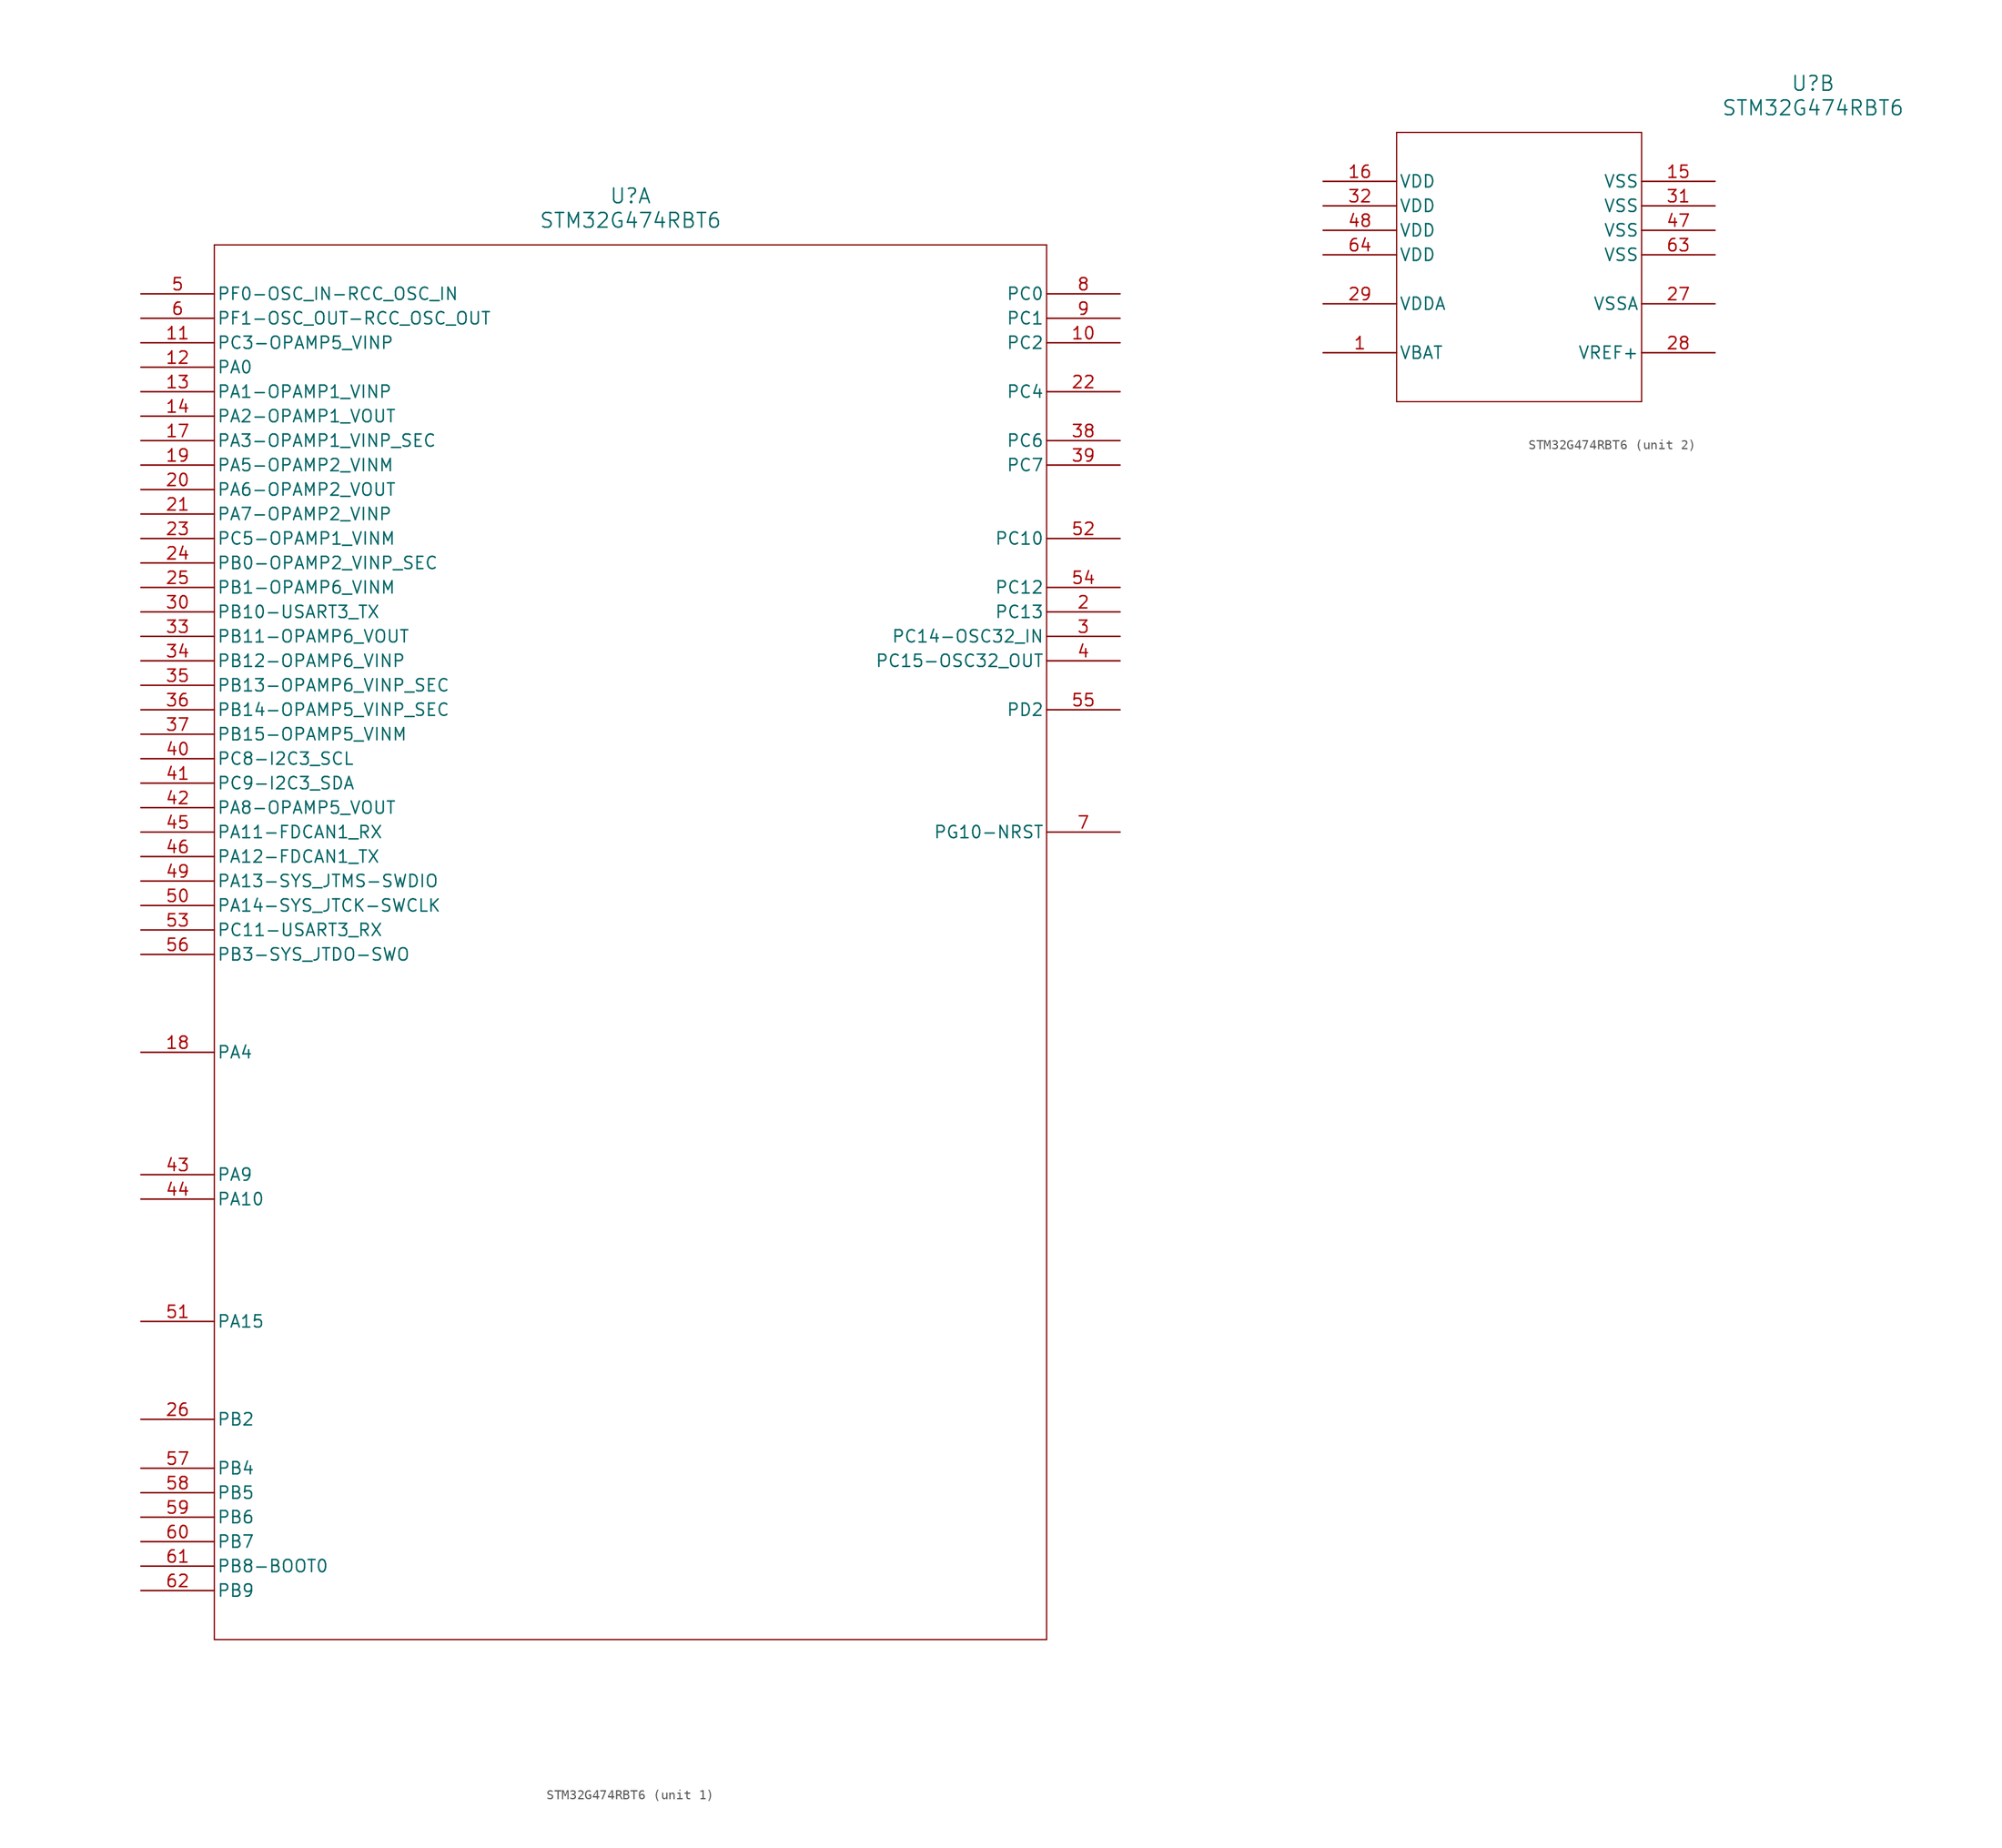
<source format=kicad_sym>
(kicad_symbol_lib
  (version 20211014)
  (generator kicad_symbol_editor)
  (symbol "STM32G474RBT6"
    (pin_names
      (offset 0.254))
    (property "Reference" "U"
      (at 50.8 10.16 0)
      (effects (font (size 1.524 1.524))))
    (property "Value" "STM32G474RBT6"
      (at 50.8 7.62 0)
      (effects (font (size 1.524 1.524))))
    (symbol "STM32G474RBT6_1_1"
      (polyline (pts (xy 7.62 5.08) (xy 7.62 -139.7)) (stroke (width 0.127) (type default) (color 0 0 0 0)) (fill (type none)))
      (polyline (pts (xy 7.62 -139.7) (xy 93.98 -139.7)) (stroke (width 0.127) (type default) (color 0 0 0 0)) (fill (type none)))
      (polyline (pts (xy 93.98 -139.7) (xy 93.98 5.08)) (stroke (width 0.127) (type default) (color 0 0 0 0)) (fill (type none)))
      (polyline (pts (xy 93.98 5.08) (xy 7.62 5.08)) (stroke (width 0.127) (type default) (color 0 0 0 0)) (fill (type none)))
      (pin bidirectional line (at 101.6 -33.02 180) (length 7.62) (name "PC13" (effects (font (size 1.27 1.27)))) (number "2" (effects (font (size 1.27 1.27)))))
      (pin bidirectional line (at 101.6 -35.56 180) (length 7.62) (name "PC14-OSC32_IN" (effects (font (size 1.27 1.27)))) (number "3" (effects (font (size 1.27 1.27)))))
      (pin bidirectional line (at 101.6 -38.1 180) (length 7.62) (name "PC15-OSC32_OUT" (effects (font (size 1.27 1.27)))) (number "4" (effects (font (size 1.27 1.27)))))
      (pin unspecified line (at 0 0 0) (length 7.62) (name "PF0-OSC_IN-RCC_OSC_IN" (effects (font (size 1.27 1.27)))) (number "5" (effects (font (size 1.27 1.27)))))
      (pin unspecified line (at 0 -2.54 0) (length 7.62) (name "PF1-OSC_OUT-RCC_OSC_OUT" (effects (font (size 1.27 1.27)))) (number "6" (effects (font (size 1.27 1.27)))))
      (pin bidirectional line (at 101.6 -55.88 180) (length 7.62) (name "PG10-NRST" (effects (font (size 1.27 1.27)))) (number "7" (effects (font (size 1.27 1.27)))))
      (pin bidirectional line (at 101.6 0 180) (length 7.62) (name "PC0" (effects (font (size 1.27 1.27)))) (number "8" (effects (font (size 1.27 1.27)))))
      (pin bidirectional line (at 101.6 -2.54 180) (length 7.62) (name "PC1" (effects (font (size 1.27 1.27)))) (number "9" (effects (font (size 1.27 1.27)))))
      (pin bidirectional line (at 101.6 -5.08 180) (length 7.62) (name "PC2" (effects (font (size 1.27 1.27)))) (number "10" (effects (font (size 1.27 1.27)))))
      (pin unspecified line (at 0 -5.08 0) (length 7.62) (name "PC3-OPAMP5_VINP" (effects (font (size 1.27 1.27)))) (number "11" (effects (font (size 1.27 1.27)))))
      (pin bidirectional line (at 0 -7.62 0) (length 7.62) (name "PA0" (effects (font (size 1.27 1.27)))) (number "12" (effects (font (size 1.27 1.27)))))
      (pin unspecified line (at 0 -10.16 0) (length 7.62) (name "PA1-OPAMP1_VINP" (effects (font (size 1.27 1.27)))) (number "13" (effects (font (size 1.27 1.27)))))
      (pin unspecified line (at 0 -12.7 0) (length 7.62) (name "PA2-OPAMP1_VOUT" (effects (font (size 1.27 1.27)))) (number "14" (effects (font (size 1.27 1.27)))))
      (pin unspecified line (at 0 -15.24 0) (length 7.62) (name "PA3-OPAMP1_VINP_SEC" (effects (font (size 1.27 1.27)))) (number "17" (effects (font (size 1.27 1.27)))))
      (pin bidirectional line (at 0 -78.74 0) (length 7.62) (name "PA4" (effects (font (size 1.27 1.27)))) (number "18" (effects (font (size 1.27 1.27)))))
      (pin unspecified line (at 0 -17.78 0) (length 7.62) (name "PA5-OPAMP2_VINM" (effects (font (size 1.27 1.27)))) (number "19" (effects (font (size 1.27 1.27)))))
      (pin unspecified line (at 0 -20.32 0) (length 7.62) (name "PA6-OPAMP2_VOUT" (effects (font (size 1.27 1.27)))) (number "20" (effects (font (size 1.27 1.27)))))
      (pin unspecified line (at 0 -22.86 0) (length 7.62) (name "PA7-OPAMP2_VINP" (effects (font (size 1.27 1.27)))) (number "21" (effects (font (size 1.27 1.27)))))
      (pin bidirectional line (at 101.6 -10.16 180) (length 7.62) (name "PC4" (effects (font (size 1.27 1.27)))) (number "22" (effects (font (size 1.27 1.27)))))
      (pin unspecified line (at 0 -25.4 0) (length 7.62) (name "PC5-OPAMP1_VINM" (effects (font (size 1.27 1.27)))) (number "23" (effects (font (size 1.27 1.27)))))
      (pin unspecified line (at 0 -27.94 0) (length 7.62) (name "PB0-OPAMP2_VINP_SEC" (effects (font (size 1.27 1.27)))) (number "24" (effects (font (size 1.27 1.27)))))
      (pin unspecified line (at 0 -30.48 0) (length 7.62) (name "PB1-OPAMP6_VINM" (effects (font (size 1.27 1.27)))) (number "25" (effects (font (size 1.27 1.27)))))
      (pin bidirectional line (at 0 -116.84 0) (length 7.62) (name "PB2" (effects (font (size 1.27 1.27)))) (number "26" (effects (font (size 1.27 1.27)))))
      (pin unspecified line (at 0 -33.02 0) (length 7.62) (name "PB10-USART3_TX" (effects (font (size 1.27 1.27)))) (number "30" (effects (font (size 1.27 1.27)))))
      (pin unspecified line (at 0 -35.56 0) (length 7.62) (name "PB11-OPAMP6_VOUT" (effects (font (size 1.27 1.27)))) (number "33" (effects (font (size 1.27 1.27)))))
      (pin unspecified line (at 0 -38.1 0) (length 7.62) (name "PB12-OPAMP6_VINP" (effects (font (size 1.27 1.27)))) (number "34" (effects (font (size 1.27 1.27)))))
      (pin unspecified line (at 0 -40.64 0) (length 7.62) (name "PB13-OPAMP6_VINP_SEC" (effects (font (size 1.27 1.27)))) (number "35" (effects (font (size 1.27 1.27)))))
      (pin unspecified line (at 0 -43.18 0) (length 7.62) (name "PB14-OPAMP5_VINP_SEC" (effects (font (size 1.27 1.27)))) (number "36" (effects (font (size 1.27 1.27)))))
      (pin unspecified line (at 0 -45.72 0) (length 7.62) (name "PB15-OPAMP5_VINM" (effects (font (size 1.27 1.27)))) (number "37" (effects (font (size 1.27 1.27)))))
      (pin bidirectional line (at 101.6 -15.24 180) (length 7.62) (name "PC6" (effects (font (size 1.27 1.27)))) (number "38" (effects (font (size 1.27 1.27)))))
      (pin bidirectional line (at 101.6 -17.78 180) (length 7.62) (name "PC7" (effects (font (size 1.27 1.27)))) (number "39" (effects (font (size 1.27 1.27)))))
      (pin unspecified line (at 0 -48.26 0) (length 7.62) (name "PC8-I2C3_SCL" (effects (font (size 1.27 1.27)))) (number "40" (effects (font (size 1.27 1.27)))))
      (pin unspecified line (at 0 -50.8 0) (length 7.62) (name "PC9-I2C3_SDA" (effects (font (size 1.27 1.27)))) (number "41" (effects (font (size 1.27 1.27)))))
      (pin unspecified line (at 0 -53.34 0) (length 7.62) (name "PA8-OPAMP5_VOUT" (effects (font (size 1.27 1.27)))) (number "42" (effects (font (size 1.27 1.27)))))
      (pin bidirectional line (at 0 -91.44 0) (length 7.62) (name "PA9" (effects (font (size 1.27 1.27)))) (number "43" (effects (font (size 1.27 1.27)))))
      (pin bidirectional line (at 0 -93.98 0) (length 7.62) (name "PA10" (effects (font (size 1.27 1.27)))) (number "44" (effects (font (size 1.27 1.27)))))
      (pin unspecified line (at 0 -55.88 0) (length 7.62) (name "PA11-FDCAN1_RX" (effects (font (size 1.27 1.27)))) (number "45" (effects (font (size 1.27 1.27)))))
      (pin unspecified line (at 0 -58.42 0) (length 7.62) (name "PA12-FDCAN1_TX" (effects (font (size 1.27 1.27)))) (number "46" (effects (font (size 1.27 1.27)))))
      (pin unspecified line (at 0 -60.96 0) (length 7.62) (name "PA13-SYS_JTMS-SWDIO" (effects (font (size 1.27 1.27)))) (number "49" (effects (font (size 1.27 1.27)))))
      (pin unspecified line (at 0 -63.5 0) (length 7.62) (name "PA14-SYS_JTCK-SWCLK" (effects (font (size 1.27 1.27)))) (number "50" (effects (font (size 1.27 1.27)))))
      (pin bidirectional line (at 0 -106.68 0) (length 7.62) (name "PA15" (effects (font (size 1.27 1.27)))) (number "51" (effects (font (size 1.27 1.27)))))
      (pin bidirectional line (at 101.6 -25.4 180) (length 7.62) (name "PC10" (effects (font (size 1.27 1.27)))) (number "52" (effects (font (size 1.27 1.27)))))
      (pin unspecified line (at 0 -66.04 0) (length 7.62) (name "PC11-USART3_RX" (effects (font (size 1.27 1.27)))) (number "53" (effects (font (size 1.27 1.27)))))
      (pin bidirectional line (at 101.6 -30.48 180) (length 7.62) (name "PC12" (effects (font (size 1.27 1.27)))) (number "54" (effects (font (size 1.27 1.27)))))
      (pin bidirectional line (at 101.6 -43.18 180) (length 7.62) (name "PD2" (effects (font (size 1.27 1.27)))) (number "55" (effects (font (size 1.27 1.27)))))
      (pin unspecified line (at 0 -68.58 0) (length 7.62) (name "PB3-SYS_JTDO-SWO" (effects (font (size 1.27 1.27)))) (number "56" (effects (font (size 1.27 1.27)))))
      (pin bidirectional line (at 0 -121.92 0) (length 7.62) (name "PB4" (effects (font (size 1.27 1.27)))) (number "57" (effects (font (size 1.27 1.27)))))
      (pin bidirectional line (at 0 -124.46 0) (length 7.62) (name "PB5" (effects (font (size 1.27 1.27)))) (number "58" (effects (font (size 1.27 1.27)))))
      (pin bidirectional line (at 0 -127 0) (length 7.62) (name "PB6" (effects (font (size 1.27 1.27)))) (number "59" (effects (font (size 1.27 1.27)))))
      (pin bidirectional line (at 0 -129.54 0) (length 7.62) (name "PB7" (effects (font (size 1.27 1.27)))) (number "60" (effects (font (size 1.27 1.27)))))
      (pin bidirectional line (at 0 -132.08 0) (length 7.62) (name "PB8-BOOT0" (effects (font (size 1.27 1.27)))) (number "61" (effects (font (size 1.27 1.27)))))
      (pin bidirectional line (at 0 -134.62 0) (length 7.62) (name "PB9" (effects (font (size 1.27 1.27)))) (number "62" (effects (font (size 1.27 1.27))))))
    (symbol "STM32G474RBT6_2_1"
      (polyline (pts (xy 7.62 5.08) (xy 7.62 -22.86)) (stroke (width 0.127) (type default) (color 0 0 0 0)) (fill (type none)))
      (polyline (pts (xy 7.62 -22.86) (xy 33.02 -22.86)) (stroke (width 0.127) (type default) (color 0 0 0 0)) (fill (type none)))
      (polyline (pts (xy 33.02 -22.86) (xy 33.02 5.08)) (stroke (width 0.127) (type default) (color 0 0 0 0)) (fill (type none)))
      (polyline (pts (xy 33.02 5.08) (xy 7.62 5.08)) (stroke (width 0.127) (type default) (color 0 0 0 0)) (fill (type none)))
      (pin power_in line (at 0 -17.78 0) (length 7.62) (name "VBAT" (effects (font (size 1.27 1.27)))) (number "1" (effects (font (size 1.27 1.27)))))
      (pin power_in line (at 40.64 0 180) (length 7.62) (name "VSS" (effects (font (size 1.27 1.27)))) (number "15" (effects (font (size 1.27 1.27)))))
      (pin power_in line (at 0 0 0) (length 7.62) (name "VDD" (effects (font (size 1.27 1.27)))) (number "16" (effects (font (size 1.27 1.27)))))
      (pin power_in line (at 40.64 -12.7 180) (length 7.62) (name "VSSA" (effects (font (size 1.27 1.27)))) (number "27" (effects (font (size 1.27 1.27)))))
      (pin power_in line (at 40.64 -17.78 180) (length 7.62) (name "VREF+" (effects (font (size 1.27 1.27)))) (number "28" (effects (font (size 1.27 1.27)))))
      (pin power_in line (at 0 -12.7 0) (length 7.62) (name "VDDA" (effects (font (size 1.27 1.27)))) (number "29" (effects (font (size 1.27 1.27)))))
      (pin power_in line (at 40.64 -2.54 180) (length 7.62) (name "VSS" (effects (font (size 1.27 1.27)))) (number "31" (effects (font (size 1.27 1.27)))))
      (pin power_in line (at 0 -2.54 0) (length 7.62) (name "VDD" (effects (font (size 1.27 1.27)))) (number "32" (effects (font (size 1.27 1.27)))))
      (pin power_in line (at 40.64 -5.08 180) (length 7.62) (name "VSS" (effects (font (size 1.27 1.27)))) (number "47" (effects (font (size 1.27 1.27)))))
      (pin power_in line (at 0 -5.08 0) (length 7.62) (name "VDD" (effects (font (size 1.27 1.27)))) (number "48" (effects (font (size 1.27 1.27)))))
      (pin power_in line (at 40.64 -7.62 180) (length 7.62) (name "VSS" (effects (font (size 1.27 1.27)))) (number "63" (effects (font (size 1.27 1.27)))))
      (pin power_in line (at 0 -7.62 0) (length 7.62) (name "VDD" (effects (font (size 1.27 1.27)))) (number "64" (effects (font (size 1.27 1.27))))))))
</source>
